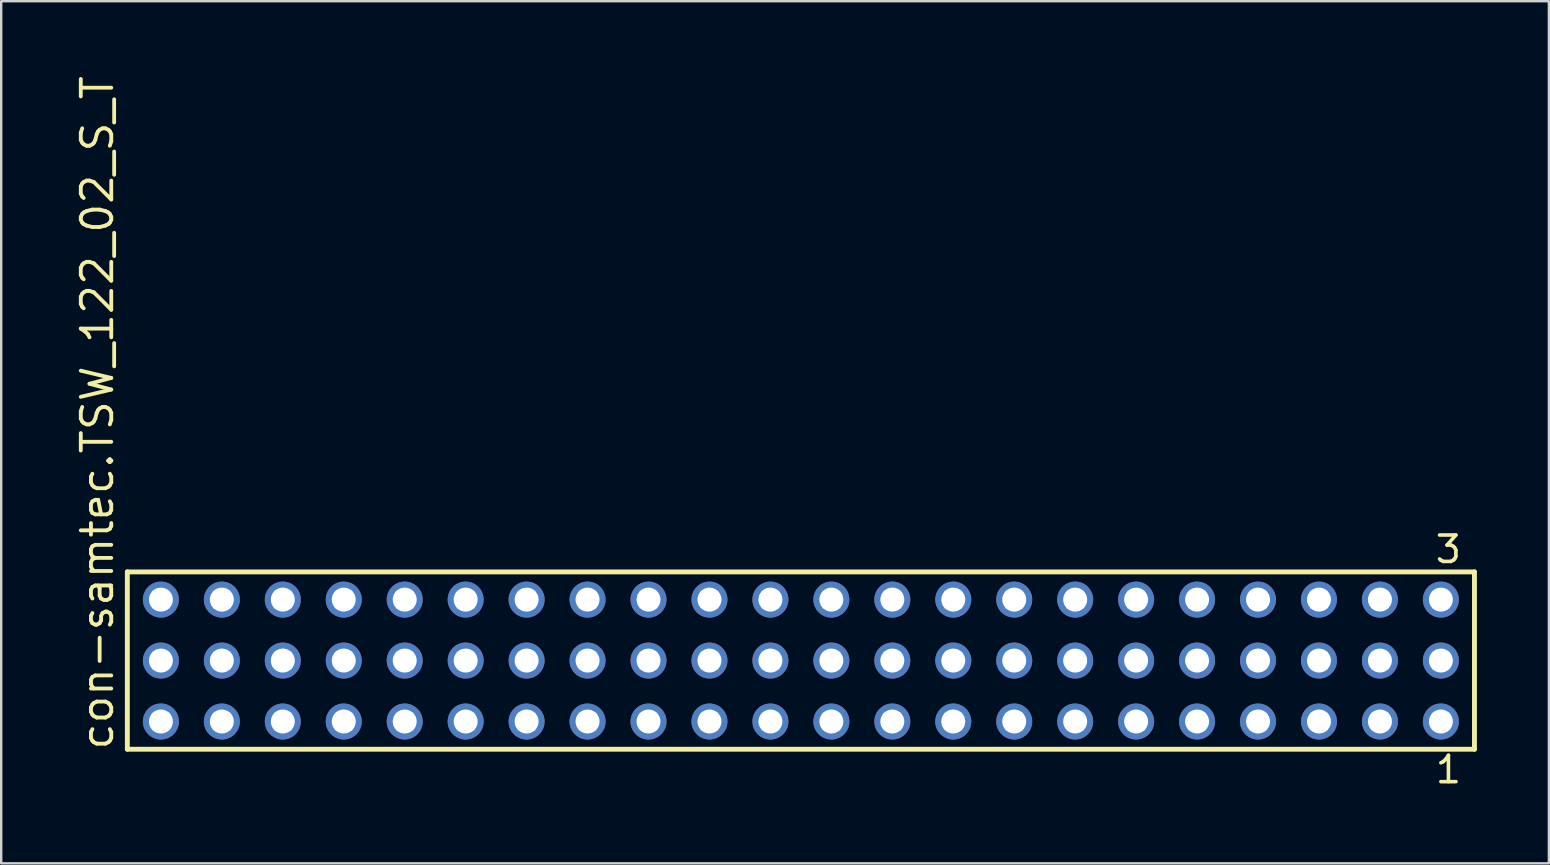
<source format=kicad_pcb>
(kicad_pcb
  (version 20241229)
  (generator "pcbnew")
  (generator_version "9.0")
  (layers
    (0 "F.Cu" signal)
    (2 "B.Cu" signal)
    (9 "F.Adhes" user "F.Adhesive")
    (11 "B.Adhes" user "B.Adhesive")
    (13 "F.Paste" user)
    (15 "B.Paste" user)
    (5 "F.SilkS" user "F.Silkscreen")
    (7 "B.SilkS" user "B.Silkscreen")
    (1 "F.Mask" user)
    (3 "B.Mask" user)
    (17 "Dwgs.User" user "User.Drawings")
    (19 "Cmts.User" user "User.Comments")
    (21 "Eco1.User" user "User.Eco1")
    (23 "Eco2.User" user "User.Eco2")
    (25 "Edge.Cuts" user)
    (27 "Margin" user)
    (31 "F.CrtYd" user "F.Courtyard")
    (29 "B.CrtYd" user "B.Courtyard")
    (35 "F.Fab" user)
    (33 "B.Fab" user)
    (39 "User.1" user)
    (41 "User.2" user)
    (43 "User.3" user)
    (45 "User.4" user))
  (footprint "con-samtec.TSW_122_02_S_T"
    (layer "F.Cu")
    (at 30.325 24.477)
    (property "Reference" "con-samtec.TSW_122_02_S_T" (at -28.575 3.81 90) (layer "F.SilkS") (effects (font (size 1.27 1.27) (thickness 0.16)) (justify left bottom)))
    (attr through_hole)
    (fp_line (start -28.069 -3.695) (end 28.069 -3.695) (stroke (width 0.203) (type default)) (layer "F.SilkS"))
    (fp_line (start -28.069 3.695) (end -28.069 -3.695) (stroke (width 0.203) (type default)) (layer "F.SilkS"))
    (fp_line (start 28.069 -3.695) (end 28.069 3.695) (stroke (width 0.203) (type default)) (layer "F.SilkS"))
    (fp_line (start 28.069 3.695) (end -28.069 3.695) (stroke (width 0.203) (type default)) (layer "F.SilkS"))
    (fp_rect (start -27.02 -2.19) (end -26.32 -2.89) (stroke (width 0.05) (type default)) (fill no) (layer "F.Fab"))
    (fp_rect (start -27.02 0.35) (end -26.32 -0.35) (stroke (width 0.05) (type default)) (fill no) (layer "F.Fab"))
    (fp_rect (start -27.02 2.89) (end -26.32 2.19) (stroke (width 0.05) (type default)) (fill no) (layer "F.Fab"))
    (fp_rect (start -24.48 -2.19) (end -23.78 -2.89) (stroke (width 0.05) (type default)) (fill no) (layer "F.Fab"))
    (fp_rect (start -24.48 0.35) (end -23.78 -0.35) (stroke (width 0.05) (type default)) (fill no) (layer "F.Fab"))
    (fp_rect (start -24.48 2.89) (end -23.78 2.19) (stroke (width 0.05) (type default)) (fill no) (layer "F.Fab"))
    (fp_rect (start -21.94 -2.19) (end -21.24 -2.89) (stroke (width 0.05) (type default)) (fill no) (layer "F.Fab"))
    (fp_rect (start -21.94 0.35) (end -21.24 -0.35) (stroke (width 0.05) (type default)) (fill no) (layer "F.Fab"))
    (fp_rect (start -21.94 2.89) (end -21.24 2.19) (stroke (width 0.05) (type default)) (fill no) (layer "F.Fab"))
    (fp_rect (start -19.4 -2.19) (end -18.7 -2.89) (stroke (width 0.05) (type default)) (fill no) (layer "F.Fab"))
    (fp_rect (start -19.4 0.35) (end -18.7 -0.35) (stroke (width 0.05) (type default)) (fill no) (layer "F.Fab"))
    (fp_rect (start -19.4 2.89) (end -18.7 2.19) (stroke (width 0.05) (type default)) (fill no) (layer "F.Fab"))
    (fp_rect (start -16.86 -2.19) (end -16.16 -2.89) (stroke (width 0.05) (type default)) (fill no) (layer "F.Fab"))
    (fp_rect (start -16.86 0.35) (end -16.16 -0.35) (stroke (width 0.05) (type default)) (fill no) (layer "F.Fab"))
    (fp_rect (start -16.86 2.89) (end -16.16 2.19) (stroke (width 0.05) (type default)) (fill no) (layer "F.Fab"))
    (fp_rect (start -14.32 -2.19) (end -13.62 -2.89) (stroke (width 0.05) (type default)) (fill no) (layer "F.Fab"))
    (fp_rect (start -14.32 0.35) (end -13.62 -0.35) (stroke (width 0.05) (type default)) (fill no) (layer "F.Fab"))
    (fp_rect (start -14.32 2.89) (end -13.62 2.19) (stroke (width 0.05) (type default)) (fill no) (layer "F.Fab"))
    (fp_rect (start -11.78 -2.19) (end -11.08 -2.89) (stroke (width 0.05) (type default)) (fill no) (layer "F.Fab"))
    (fp_rect (start -11.78 0.35) (end -11.08 -0.35) (stroke (width 0.05) (type default)) (fill no) (layer "F.Fab"))
    (fp_rect (start -11.78 2.89) (end -11.08 2.19) (stroke (width 0.05) (type default)) (fill no) (layer "F.Fab"))
    (fp_rect (start -9.24 -2.19) (end -8.54 -2.89) (stroke (width 0.05) (type default)) (fill no) (layer "F.Fab"))
    (fp_rect (start -9.24 0.35) (end -8.54 -0.35) (stroke (width 0.05) (type default)) (fill no) (layer "F.Fab"))
    (fp_rect (start -9.24 2.89) (end -8.54 2.19) (stroke (width 0.05) (type default)) (fill no) (layer "F.Fab"))
    (fp_rect (start -6.7 -2.19) (end -6 -2.89) (stroke (width 0.05) (type default)) (fill no) (layer "F.Fab"))
    (fp_rect (start -6.7 0.35) (end -6 -0.35) (stroke (width 0.05) (type default)) (fill no) (layer "F.Fab"))
    (fp_rect (start -6.7 2.89) (end -6 2.19) (stroke (width 0.05) (type default)) (fill no) (layer "F.Fab"))
    (fp_rect (start -4.16 -2.19) (end -3.46 -2.89) (stroke (width 0.05) (type default)) (fill no) (layer "F.Fab"))
    (fp_rect (start -4.16 0.35) (end -3.46 -0.35) (stroke (width 0.05) (type default)) (fill no) (layer "F.Fab"))
    (fp_rect (start -4.16 2.89) (end -3.46 2.19) (stroke (width 0.05) (type default)) (fill no) (layer "F.Fab"))
    (fp_rect (start -1.62 -2.19) (end -0.92 -2.89) (stroke (width 0.05) (type default)) (fill no) (layer "F.Fab"))
    (fp_rect (start -1.62 0.35) (end -0.92 -0.35) (stroke (width 0.05) (type default)) (fill no) (layer "F.Fab"))
    (fp_rect (start -1.62 2.89) (end -0.92 2.19) (stroke (width 0.05) (type default)) (fill no) (layer "F.Fab"))
    (fp_rect (start 0.92 -2.19) (end 1.62 -2.89) (stroke (width 0.05) (type default)) (fill no) (layer "F.Fab"))
    (fp_rect (start 0.92 0.35) (end 1.62 -0.35) (stroke (width 0.05) (type default)) (fill no) (layer "F.Fab"))
    (fp_rect (start 0.92 2.89) (end 1.62 2.19) (stroke (width 0.05) (type default)) (fill no) (layer "F.Fab"))
    (fp_rect (start 3.46 -2.19) (end 4.16 -2.89) (stroke (width 0.05) (type default)) (fill no) (layer "F.Fab"))
    (fp_rect (start 3.46 0.35) (end 4.16 -0.35) (stroke (width 0.05) (type default)) (fill no) (layer "F.Fab"))
    (fp_rect (start 3.46 2.89) (end 4.16 2.19) (stroke (width 0.05) (type default)) (fill no) (layer "F.Fab"))
    (fp_rect (start 6 -2.19) (end 6.7 -2.89) (stroke (width 0.05) (type default)) (fill no) (layer "F.Fab"))
    (fp_rect (start 6 0.35) (end 6.7 -0.35) (stroke (width 0.05) (type default)) (fill no) (layer "F.Fab"))
    (fp_rect (start 6 2.89) (end 6.7 2.19) (stroke (width 0.05) (type default)) (fill no) (layer "F.Fab"))
    (fp_rect (start 8.54 -2.19) (end 9.24 -2.89) (stroke (width 0.05) (type default)) (fill no) (layer "F.Fab"))
    (fp_rect (start 8.54 0.35) (end 9.24 -0.35) (stroke (width 0.05) (type default)) (fill no) (layer "F.Fab"))
    (fp_rect (start 8.54 2.89) (end 9.24 2.19) (stroke (width 0.05) (type default)) (fill no) (layer "F.Fab"))
    (fp_rect (start 11.08 -2.19) (end 11.78 -2.89) (stroke (width 0.05) (type default)) (fill no) (layer "F.Fab"))
    (fp_rect (start 11.08 0.35) (end 11.78 -0.35) (stroke (width 0.05) (type default)) (fill no) (layer "F.Fab"))
    (fp_rect (start 11.08 2.89) (end 11.78 2.19) (stroke (width 0.05) (type default)) (fill no) (layer "F.Fab"))
    (fp_rect (start 13.62 -2.19) (end 14.32 -2.89) (stroke (width 0.05) (type default)) (fill no) (layer "F.Fab"))
    (fp_rect (start 13.62 0.35) (end 14.32 -0.35) (stroke (width 0.05) (type default)) (fill no) (layer "F.Fab"))
    (fp_rect (start 13.62 2.89) (end 14.32 2.19) (stroke (width 0.05) (type default)) (fill no) (layer "F.Fab"))
    (fp_rect (start 16.16 -2.19) (end 16.86 -2.89) (stroke (width 0.05) (type default)) (fill no) (layer "F.Fab"))
    (fp_rect (start 16.16 0.35) (end 16.86 -0.35) (stroke (width 0.05) (type default)) (fill no) (layer "F.Fab"))
    (fp_rect (start 16.16 2.89) (end 16.86 2.19) (stroke (width 0.05) (type default)) (fill no) (layer "F.Fab"))
    (fp_rect (start 18.7 -2.19) (end 19.4 -2.89) (stroke (width 0.05) (type default)) (fill no) (layer "F.Fab"))
    (fp_rect (start 18.7 0.35) (end 19.4 -0.35) (stroke (width 0.05) (type default)) (fill no) (layer "F.Fab"))
    (fp_rect (start 18.7 2.89) (end 19.4 2.19) (stroke (width 0.05) (type default)) (fill no) (layer "F.Fab"))
    (fp_rect (start 21.24 -2.19) (end 21.94 -2.89) (stroke (width 0.05) (type default)) (fill no) (layer "F.Fab"))
    (fp_rect (start 21.24 0.35) (end 21.94 -0.35) (stroke (width 0.05) (type default)) (fill no) (layer "F.Fab"))
    (fp_rect (start 21.24 2.89) (end 21.94 2.19) (stroke (width 0.05) (type default)) (fill no) (layer "F.Fab"))
    (fp_rect (start 23.78 -2.19) (end 24.48 -2.89) (stroke (width 0.05) (type default)) (fill no) (layer "F.Fab"))
    (fp_rect (start 23.78 0.35) (end 24.48 -0.35) (stroke (width 0.05) (type default)) (fill no) (layer "F.Fab"))
    (fp_rect (start 23.78 2.89) (end 24.48 2.19) (stroke (width 0.05) (type default)) (fill no) (layer "F.Fab"))
    (fp_rect (start 26.32 -2.19) (end 27.02 -2.89) (stroke (width 0.05) (type default)) (fill no) (layer "F.Fab"))
    (fp_rect (start 26.32 0.35) (end 27.02 -0.35) (stroke (width 0.05) (type default)) (fill no) (layer "F.Fab"))
    (fp_rect (start 26.32 2.89) (end 27.02 2.19) (stroke (width 0.05) (type default)) (fill no) (layer "F.Fab"))
    (fp_text user "3" (at 26.358 -3.989 0) (layer "F.SilkS") (effects (font (size 1.1 1.1) (thickness 0.15)) (justify left bottom)))
    (fp_text user "1" (at 26.362 5.188 0) (layer "F.SilkS") (effects (font (size 1.1 1.1) (thickness 0.15)) (justify left bottom)))
    (pad "1" thru_hole circle (at 26.67 2.54 180) (size 1.5 1.5) (drill 1) (layers "*.Cu" "*.Mask"))
    (pad "2" thru_hole circle (at 26.67 0 180) (size 1.5 1.5) (drill 1) (layers "*.Cu" "*.Mask"))
    (pad "3" thru_hole circle (at 26.67 -2.54 180) (size 1.5 1.5) (drill 1) (layers "*.Cu" "*.Mask"))
    (pad "4" thru_hole circle (at 24.13 2.54 180) (size 1.5 1.5) (drill 1) (layers "*.Cu" "*.Mask"))
    (pad "5" thru_hole circle (at 24.13 0 180) (size 1.5 1.5) (drill 1) (layers "*.Cu" "*.Mask"))
    (pad "6" thru_hole circle (at 24.13 -2.54 180) (size 1.5 1.5) (drill 1) (layers "*.Cu" "*.Mask"))
    (pad "7" thru_hole circle (at 21.59 2.54 180) (size 1.5 1.5) (drill 1) (layers "*.Cu" "*.Mask"))
    (pad "8" thru_hole circle (at 21.59 0 180) (size 1.5 1.5) (drill 1) (layers "*.Cu" "*.Mask"))
    (pad "9" thru_hole circle (at 21.59 -2.54 180) (size 1.5 1.5) (drill 1) (layers "*.Cu" "*.Mask"))
    (pad "10" thru_hole circle (at 19.05 2.54 180) (size 1.5 1.5) (drill 1) (layers "*.Cu" "*.Mask"))
    (pad "11" thru_hole circle (at 19.05 0 180) (size 1.5 1.5) (drill 1) (layers "*.Cu" "*.Mask"))
    (pad "12" thru_hole circle (at 19.05 -2.54 180) (size 1.5 1.5) (drill 1) (layers "*.Cu" "*.Mask"))
    (pad "13" thru_hole circle (at 16.51 2.54 180) (size 1.5 1.5) (drill 1) (layers "*.Cu" "*.Mask"))
    (pad "14" thru_hole circle (at 16.51 0 180) (size 1.5 1.5) (drill 1) (layers "*.Cu" "*.Mask"))
    (pad "15" thru_hole circle (at 16.51 -2.54 180) (size 1.5 1.5) (drill 1) (layers "*.Cu" "*.Mask"))
    (pad "16" thru_hole circle (at 13.97 2.54 180) (size 1.5 1.5) (drill 1) (layers "*.Cu" "*.Mask"))
    (pad "17" thru_hole circle (at 13.97 0 180) (size 1.5 1.5) (drill 1) (layers "*.Cu" "*.Mask"))
    (pad "18" thru_hole circle (at 13.97 -2.54 180) (size 1.5 1.5) (drill 1) (layers "*.Cu" "*.Mask"))
    (pad "19" thru_hole circle (at 11.43 2.54 180) (size 1.5 1.5) (drill 1) (layers "*.Cu" "*.Mask"))
    (pad "20" thru_hole circle (at 11.43 0 180) (size 1.5 1.5) (drill 1) (layers "*.Cu" "*.Mask"))
    (pad "21" thru_hole circle (at 11.43 -2.54 180) (size 1.5 1.5) (drill 1) (layers "*.Cu" "*.Mask"))
    (pad "22" thru_hole circle (at 8.89 2.54 180) (size 1.5 1.5) (drill 1) (layers "*.Cu" "*.Mask"))
    (pad "23" thru_hole circle (at 8.89 0 180) (size 1.5 1.5) (drill 1) (layers "*.Cu" "*.Mask"))
    (pad "24" thru_hole circle (at 8.89 -2.54 180) (size 1.5 1.5) (drill 1) (layers "*.Cu" "*.Mask"))
    (pad "25" thru_hole circle (at 6.35 2.54 180) (size 1.5 1.5) (drill 1) (layers "*.Cu" "*.Mask"))
    (pad "26" thru_hole circle (at 6.35 0 180) (size 1.5 1.5) (drill 1) (layers "*.Cu" "*.Mask"))
    (pad "27" thru_hole circle (at 6.35 -2.54 180) (size 1.5 1.5) (drill 1) (layers "*.Cu" "*.Mask"))
    (pad "28" thru_hole circle (at 3.81 2.54 180) (size 1.5 1.5) (drill 1) (layers "*.Cu" "*.Mask"))
    (pad "29" thru_hole circle (at 3.81 0 180) (size 1.5 1.5) (drill 1) (layers "*.Cu" "*.Mask"))
    (pad "30" thru_hole circle (at 3.81 -2.54 180) (size 1.5 1.5) (drill 1) (layers "*.Cu" "*.Mask"))
    (pad "31" thru_hole circle (at 1.27 2.54 180) (size 1.5 1.5) (drill 1) (layers "*.Cu" "*.Mask"))
    (pad "32" thru_hole circle (at 1.27 0 180) (size 1.5 1.5) (drill 1) (layers "*.Cu" "*.Mask"))
    (pad "33" thru_hole circle (at 1.27 -2.54 180) (size 1.5 1.5) (drill 1) (layers "*.Cu" "*.Mask"))
    (pad "34" thru_hole circle (at -1.27 2.54 180) (size 1.5 1.5) (drill 1) (layers "*.Cu" "*.Mask"))
    (pad "35" thru_hole circle (at -1.27 0 180) (size 1.5 1.5) (drill 1) (layers "*.Cu" "*.Mask"))
    (pad "36" thru_hole circle (at -1.27 -2.54 180) (size 1.5 1.5) (drill 1) (layers "*.Cu" "*.Mask"))
    (pad "37" thru_hole circle (at -3.81 2.54 180) (size 1.5 1.5) (drill 1) (layers "*.Cu" "*.Mask"))
    (pad "38" thru_hole circle (at -3.81 0 180) (size 1.5 1.5) (drill 1) (layers "*.Cu" "*.Mask"))
    (pad "39" thru_hole circle (at -3.81 -2.54 180) (size 1.5 1.5) (drill 1) (layers "*.Cu" "*.Mask"))
    (pad "40" thru_hole circle (at -6.35 2.54 180) (size 1.5 1.5) (drill 1) (layers "*.Cu" "*.Mask"))
    (pad "41" thru_hole circle (at -6.35 0 180) (size 1.5 1.5) (drill 1) (layers "*.Cu" "*.Mask"))
    (pad "42" thru_hole circle (at -6.35 -2.54 180) (size 1.5 1.5) (drill 1) (layers "*.Cu" "*.Mask"))
    (pad "43" thru_hole circle (at -8.89 2.54 180) (size 1.5 1.5) (drill 1) (layers "*.Cu" "*.Mask"))
    (pad "44" thru_hole circle (at -8.89 0 180) (size 1.5 1.5) (drill 1) (layers "*.Cu" "*.Mask"))
    (pad "45" thru_hole circle (at -8.89 -2.54 180) (size 1.5 1.5) (drill 1) (layers "*.Cu" "*.Mask"))
    (pad "46" thru_hole circle (at -11.43 2.54 180) (size 1.5 1.5) (drill 1) (layers "*.Cu" "*.Mask"))
    (pad "47" thru_hole circle (at -11.43 0 180) (size 1.5 1.5) (drill 1) (layers "*.Cu" "*.Mask"))
    (pad "48" thru_hole circle (at -11.43 -2.54 180) (size 1.5 1.5) (drill 1) (layers "*.Cu" "*.Mask"))
    (pad "49" thru_hole circle (at -13.97 2.54 180) (size 1.5 1.5) (drill 1) (layers "*.Cu" "*.Mask"))
    (pad "50" thru_hole circle (at -13.97 0 180) (size 1.5 1.5) (drill 1) (layers "*.Cu" "*.Mask"))
    (pad "51" thru_hole circle (at -13.97 -2.54 180) (size 1.5 1.5) (drill 1) (layers "*.Cu" "*.Mask"))
    (pad "52" thru_hole circle (at -16.51 2.54 180) (size 1.5 1.5) (drill 1) (layers "*.Cu" "*.Mask"))
    (pad "53" thru_hole circle (at -16.51 0 180) (size 1.5 1.5) (drill 1) (layers "*.Cu" "*.Mask"))
    (pad "54" thru_hole circle (at -16.51 -2.54 180) (size 1.5 1.5) (drill 1) (layers "*.Cu" "*.Mask"))
    (pad "55" thru_hole circle (at -19.05 2.54 180) (size 1.5 1.5) (drill 1) (layers "*.Cu" "*.Mask"))
    (pad "56" thru_hole circle (at -19.05 0 180) (size 1.5 1.5) (drill 1) (layers "*.Cu" "*.Mask"))
    (pad "57" thru_hole circle (at -19.05 -2.54 180) (size 1.5 1.5) (drill 1) (layers "*.Cu" "*.Mask"))
    (pad "58" thru_hole circle (at -21.59 2.54 180) (size 1.5 1.5) (drill 1) (layers "*.Cu" "*.Mask"))
    (pad "59" thru_hole circle (at -21.59 0 180) (size 1.5 1.5) (drill 1) (layers "*.Cu" "*.Mask"))
    (pad "60" thru_hole circle (at -21.59 -2.54 180) (size 1.5 1.5) (drill 1) (layers "*.Cu" "*.Mask"))
    (pad "61" thru_hole circle (at -24.13 2.54 180) (size 1.5 1.5) (drill 1) (layers "*.Cu" "*.Mask"))
    (pad "62" thru_hole circle (at -24.13 0 180) (size 1.5 1.5) (drill 1) (layers "*.Cu" "*.Mask"))
    (pad "63" thru_hole circle (at -24.13 -2.54 180) (size 1.5 1.5) (drill 1) (layers "*.Cu" "*.Mask"))
    (pad "64" thru_hole circle (at -26.67 2.54 180) (size 1.5 1.5) (drill 1) (layers "*.Cu" "*.Mask"))
    (pad "65" thru_hole circle (at -26.67 0 180) (size 1.5 1.5) (drill 1) (layers "*.Cu" "*.Mask"))
    (pad "66" thru_hole circle (at -26.67 -2.54 180) (size 1.5 1.5) (drill 1) (layers "*.Cu" "*.Mask")))
  (gr_rect
    (start -3 -3)
    (end 61.496 32.928)
    (stroke (width 0.1) (type default))
    (fill no)
    (layer "Edge.Cuts")))
</source>
